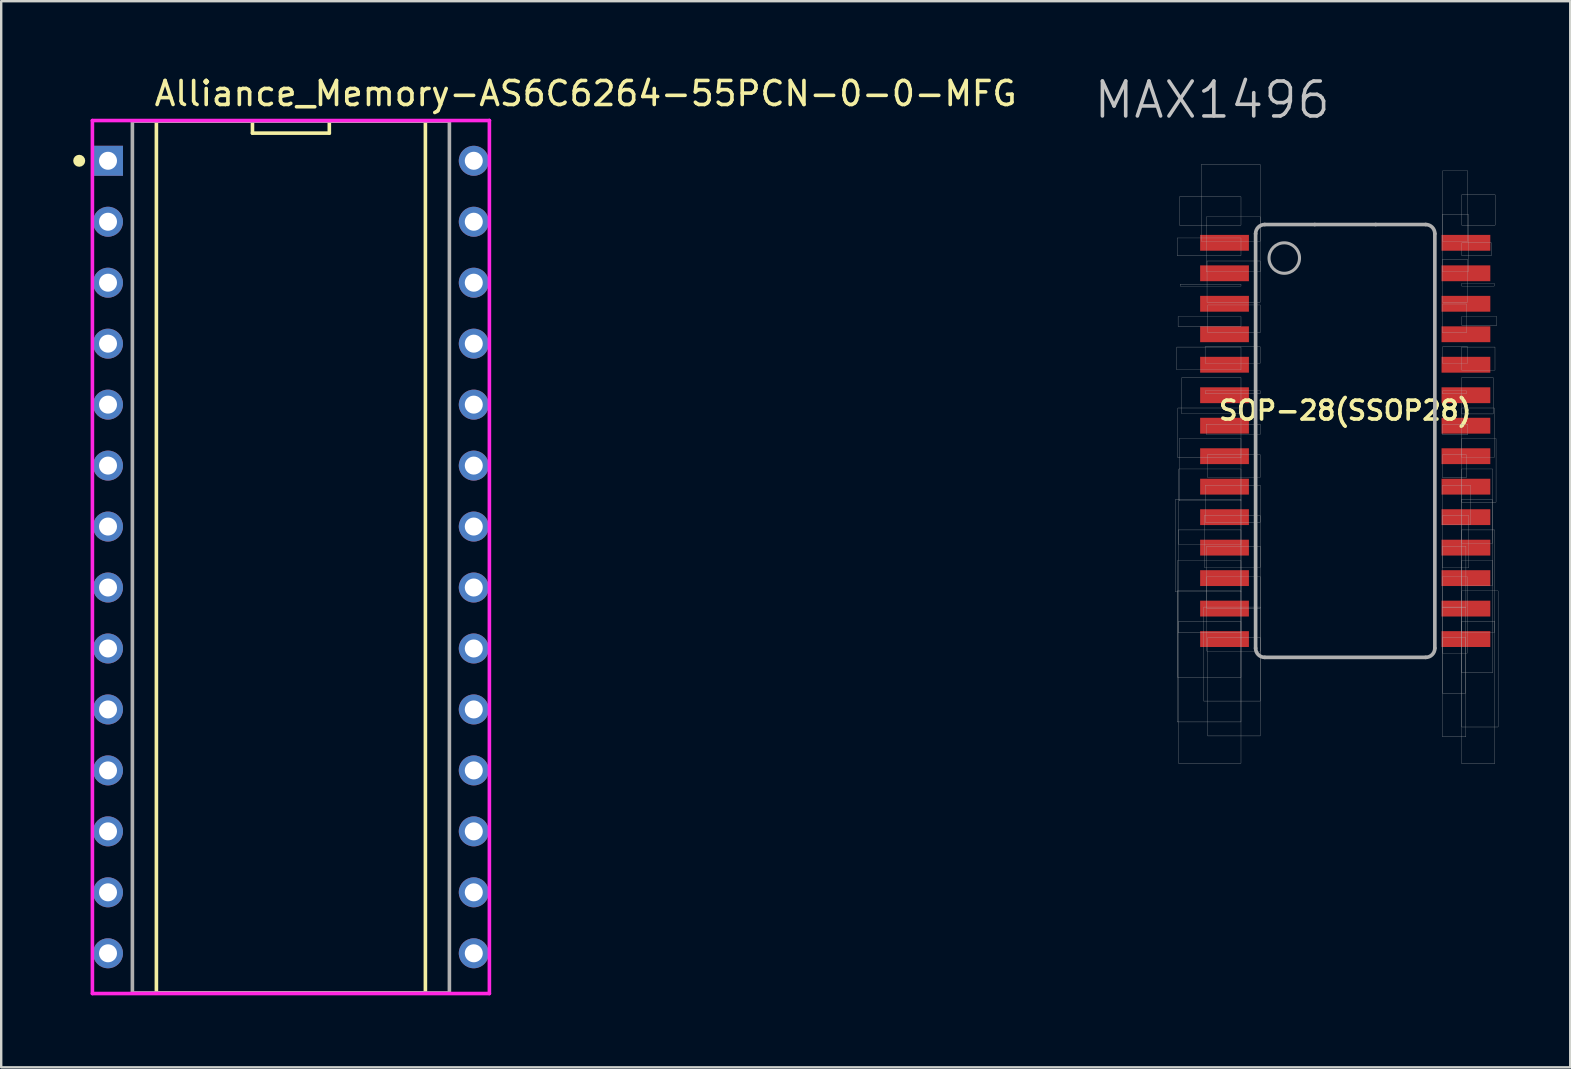
<source format=kicad_pcb>
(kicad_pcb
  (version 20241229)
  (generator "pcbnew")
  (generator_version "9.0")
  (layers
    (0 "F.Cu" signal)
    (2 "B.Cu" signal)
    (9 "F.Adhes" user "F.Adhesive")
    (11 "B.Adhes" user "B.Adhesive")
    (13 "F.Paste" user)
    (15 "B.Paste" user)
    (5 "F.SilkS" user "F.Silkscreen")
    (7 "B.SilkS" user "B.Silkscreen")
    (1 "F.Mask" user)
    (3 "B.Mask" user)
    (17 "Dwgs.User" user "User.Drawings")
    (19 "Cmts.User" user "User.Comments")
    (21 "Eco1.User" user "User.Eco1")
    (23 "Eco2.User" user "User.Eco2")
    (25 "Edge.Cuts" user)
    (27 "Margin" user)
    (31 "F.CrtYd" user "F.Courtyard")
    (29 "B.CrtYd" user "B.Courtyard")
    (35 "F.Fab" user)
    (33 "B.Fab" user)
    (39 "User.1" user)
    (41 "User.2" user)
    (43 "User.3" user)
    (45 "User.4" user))
  (footprint "Alliance_Memory-AS6C6264-55PCN-0-0-MFG"
    (layer "F.Cu")
    (at 9.07 20.159)
    (property "Reference" "Alliance_Memory-AS6C6264-55PCN-0-0-MFG" (at -5.77 -19.311 0) (layer "F.SilkS") (effects (font (size 1 1) (thickness 0.15)) (justify left)))
    (attr through_hole)
    (fp_line (start -5.604 -18.161) (end -5.604 18.161) (stroke (width 0.15) (type solid)) (layer "F.SilkS"))
    (fp_line (start -5.604 18.161) (end 5.604 18.161) (stroke (width 0.15) (type solid)) (layer "F.SilkS"))
    (fp_line (start -1.601 -18.161) (end -5.604 -18.161) (stroke (width 0.15) (type solid)) (layer "F.SilkS"))
    (fp_line (start -1.601 -17.661) (end -1.601 -18.161) (stroke (width 0.15) (type solid)) (layer "F.SilkS"))
    (fp_line (start 1.601 -18.161) (end 1.601 -17.661) (stroke (width 0.15) (type solid)) (layer "F.SilkS"))
    (fp_line (start 1.601 -17.661) (end -1.601 -17.661) (stroke (width 0.15) (type solid)) (layer "F.SilkS"))
    (fp_line (start 5.604 -18.161) (end 1.601 -18.161) (stroke (width 0.15) (type solid)) (layer "F.SilkS"))
    (fp_line (start 5.604 18.161) (end 5.604 -18.161) (stroke (width 0.15) (type solid)) (layer "F.SilkS"))
    (fp_circle (center -8.82 -16.51) (end -8.695 -16.51) (stroke (width 0.25) (type solid)) (fill no) (layer "F.SilkS"))
    (fp_line (start -8.27 -18.186) (end -8.27 18.186) (stroke (width 0.15) (type solid)) (layer "F.CrtYd"))
    (fp_line (start -8.27 18.186) (end 8.27 18.186) (stroke (width 0.15) (type solid)) (layer "F.CrtYd"))
    (fp_line (start 8.27 -18.186) (end -8.27 -18.186) (stroke (width 0.15) (type solid)) (layer "F.CrtYd"))
    (fp_line (start 8.27 -18.186) (end 8.27 -18.186) (stroke (width 0.15) (type solid)) (layer "F.CrtYd"))
    (fp_line (start 8.27 18.186) (end 8.27 -18.186) (stroke (width 0.15) (type solid)) (layer "F.CrtYd"))
    (fp_line (start -6.604 -18.161) (end 6.604 -18.161) (stroke (width 0.15) (type solid)) (layer "F.Fab"))
    (fp_line (start -6.604 18.161) (end -6.604 -18.161) (stroke (width 0.15) (type solid)) (layer "F.Fab"))
    (fp_line (start 6.604 -18.161) (end 6.604 18.161) (stroke (width 0.15) (type solid)) (layer "F.Fab"))
    (fp_line (start 6.604 18.161) (end -6.604 18.161) (stroke (width 0.15) (type solid)) (layer "F.Fab"))
    (pad "1" thru_hole rect (at -7.62 -16.51) (size 1.25 1.25) (drill 0.75) (layers "*.Cu"))
    (pad "2" thru_hole circle (at -7.62 -13.97) (size 1.25 1.25) (drill 0.75) (layers "*.Cu"))
    (pad "3" thru_hole circle (at -7.62 -11.43) (size 1.25 1.25) (drill 0.75) (layers "*.Cu"))
    (pad "4" thru_hole circle (at -7.62 -8.89) (size 1.25 1.25) (drill 0.75) (layers "*.Cu"))
    (pad "5" thru_hole circle (at -7.62 -6.35) (size 1.25 1.25) (drill 0.75) (layers "*.Cu"))
    (pad "6" thru_hole circle (at -7.62 -3.81) (size 1.25 1.25) (drill 0.75) (layers "*.Cu"))
    (pad "7" thru_hole circle (at -7.62 -1.27) (size 1.25 1.25) (drill 0.75) (layers "*.Cu"))
    (pad "8" thru_hole circle (at -7.62 1.27) (size 1.25 1.25) (drill 0.75) (layers "*.Cu"))
    (pad "9" thru_hole circle (at -7.62 3.81) (size 1.25 1.25) (drill 0.75) (layers "*.Cu"))
    (pad "10" thru_hole circle (at -7.62 6.35) (size 1.25 1.25) (drill 0.75) (layers "*.Cu"))
    (pad "11" thru_hole circle (at -7.62 8.89) (size 1.25 1.25) (drill 0.75) (layers "*.Cu"))
    (pad "12" thru_hole circle (at -7.62 11.43) (size 1.25 1.25) (drill 0.75) (layers "*.Cu"))
    (pad "13" thru_hole circle (at -7.62 13.97) (size 1.25 1.25) (drill 0.75) (layers "*.Cu"))
    (pad "14" thru_hole circle (at -7.62 16.51) (size 1.25 1.25) (drill 0.75) (layers "*.Cu"))
    (pad "15" thru_hole circle (at 7.62 16.51) (size 1.25 1.25) (drill 0.75) (layers "*.Cu"))
    (pad "16" thru_hole circle (at 7.62 13.97) (size 1.25 1.25) (drill 0.75) (layers "*.Cu"))
    (pad "17" thru_hole circle (at 7.62 11.43) (size 1.25 1.25) (drill 0.75) (layers "*.Cu"))
    (pad "18" thru_hole circle (at 7.62 8.89) (size 1.25 1.25) (drill 0.75) (layers "*.Cu"))
    (pad "19" thru_hole circle (at 7.62 6.35) (size 1.25 1.25) (drill 0.75) (layers "*.Cu"))
    (pad "20" thru_hole circle (at 7.62 3.81) (size 1.25 1.25) (drill 0.75) (layers "*.Cu"))
    (pad "21" thru_hole circle (at 7.62 1.27) (size 1.25 1.25) (drill 0.75) (layers "*.Cu"))
    (pad "22" thru_hole circle (at 7.62 -1.27) (size 1.25 1.25) (drill 0.75) (layers "*.Cu"))
    (pad "23" thru_hole circle (at 7.62 -3.81) (size 1.25 1.25) (drill 0.75) (layers "*.Cu"))
    (pad "24" thru_hole circle (at 7.62 -6.35) (size 1.25 1.25) (drill 0.75) (layers "*.Cu"))
    (pad "25" thru_hole circle (at 7.62 -8.89) (size 1.25 1.25) (drill 0.75) (layers "*.Cu"))
    (pad "26" thru_hole circle (at 7.62 -11.43) (size 1.25 1.25) (drill 0.75) (layers "*.Cu"))
    (pad "27" thru_hole circle (at 7.62 -13.97) (size 1.25 1.25) (drill 0.75) (layers "*.Cu"))
    (pad "28" thru_hole circle (at 7.62 -16.51) (size 1.25 1.25) (drill 0.75) (layers "*.Cu")))
  (footprint "SOP-28(SSOP28)"
    (layer "F.Cu")
    (at 52.999 14.052)
    (property "Reference" "SOP-28(SSOP28)" (at 0 0 0) (layer "F.SilkS") (effects (font (size 0.787 0.787) (thickness 0.15))))
    (attr through_hole)
    (fp_line (start -3.734 -7.366) (end -3.734 9.906) (stroke (width 0.152) (type solid)) (layer "F.Fab"))
    (fp_line (start -3.353 10.287) (end 3.353 10.287) (stroke (width 0.152) (type solid)) (layer "F.Fab"))
    (fp_line (start -1.27 -7.747) (end -3.353 -7.747) (stroke (width 0.152) (type solid)) (layer "F.Fab"))
    (fp_line (start 1.27 -7.747) (end -1.27 -7.747) (stroke (width 0.152) (type solid)) (layer "F.Fab"))
    (fp_line (start 3.353 -7.747) (end 1.27 -7.747) (stroke (width 0.152) (type solid)) (layer "F.Fab"))
    (fp_line (start 3.734 9.906) (end 3.734 -7.366) (stroke (width 0.152) (type solid)) (layer "F.Fab"))
    (fp_arc (start -3.7338 -7.366) (mid -3.622208 -7.635408) (end -3.3528 -7.747) (stroke (width 0.1524) (type solid)) (layer "F.Fab"))
    (fp_arc (start -3.3528 10.287) (mid -3.622208 10.175408) (end -3.7338 9.906) (stroke (width 0.1524) (type solid)) (layer "F.Fab"))
    (fp_arc (start 3.3528 -7.747) (mid 3.622208 -7.635408) (end 3.7338 -7.366) (stroke (width 0.1524) (type solid)) (layer "F.Fab"))
    (fp_arc (start 3.7338 9.906) (mid 3.622208 10.175408) (end 3.3528 10.287) (stroke (width 0.1524) (type solid)) (layer "F.Fab"))
    (fp_circle (center -2.54 -6.35) (end -1.905 -6.35) (stroke (width 0.127) (type solid)) (fill no) (layer "F.Fab"))
    (fp_poly (pts (xy -7.078 3.708) (xy -4.343 3.708) (xy -4.343 7.56) (xy -7.078 7.56)) (stroke (width 0.01) (type solid)) (fill no) (layer "F.Fab"))
    (fp_poly (pts (xy -7.018 -2.642) (xy -4.343 -2.642) (xy -4.343 -1.69) (xy -7.018 -1.69)) (stroke (width 0.01) (type solid)) (fill no) (layer "F.Fab"))
    (fp_poly (pts (xy -7.004 -6.452) (xy -4.343 -6.452) (xy -4.343 -7.187) (xy -7.004 -7.187)) (stroke (width 0.01) (type solid)) (fill no) (layer "F.Fab"))
    (fp_poly (pts (xy -7.001 7.518) (xy -4.343 7.518) (xy -4.343 12.977) (xy -7.001 12.977)) (stroke (width 0.01) (type solid)) (fill no) (layer "F.Fab"))
    (fp_poly (pts (xy -6.986 6.248) (xy -4.343 6.248) (xy -4.343 11.119) (xy -6.986 11.119)) (stroke (width 0.01) (type solid)) (fill no) (layer "F.Fab"))
    (fp_poly (pts (xy -6.973 -0.102) (xy -4.343 -0.102) (xy -4.343 1.972) (xy -6.973 1.972)) (stroke (width 0.01) (type solid)) (fill no) (layer "F.Fab"))
    (fp_poly (pts (xy -6.964 -3.912) (xy -4.343 -3.912) (xy -4.343 -3.5) (xy -6.964 -3.5)) (stroke (width 0.01) (type solid)) (fill no) (layer "F.Fab"))
    (fp_poly (pts (xy -6.96 4.978) (xy -4.343 4.978) (xy -4.343 9.255) (xy -6.96 9.255)) (stroke (width 0.01) (type solid)) (fill no) (layer "F.Fab"))
    (fp_poly (pts (xy -6.95 8.788) (xy -4.343 8.788) (xy -4.343 14.699) (xy -6.95 14.699)) (stroke (width 0.01) (type solid)) (fill no) (layer "F.Fab"))
    (fp_poly (pts (xy -6.933 2.438) (xy -4.343 2.438) (xy -4.343 5.59) (xy -6.933 5.59)) (stroke (width 0.01) (type solid)) (fill no) (layer "F.Fab"))
    (fp_poly (pts (xy -6.921 1.168) (xy -4.343 1.168) (xy -4.343 3.768) (xy -6.921 3.768)) (stroke (width 0.01) (type solid)) (fill no) (layer "F.Fab"))
    (fp_poly (pts (xy -6.911 -7.722) (xy -4.343 -7.722) (xy -4.343 -8.9) (xy -6.911 -8.9)) (stroke (width 0.01) (type solid)) (fill no) (layer "F.Fab"))
    (fp_poly (pts (xy -6.878 -5.182) (xy -4.343 -5.182) (xy -4.343 -5.258) (xy -6.878 -5.258)) (stroke (width 0.01) (type solid)) (fill no) (layer "F.Fab"))
    (fp_poly (pts (xy -6.807 -1.372) (xy -4.343 -1.372) (xy -4.343 0.143) (xy -6.807 0.143)) (stroke (width 0.01) (type solid)) (fill no) (layer "F.Fab"))
    (fp_poly (pts (xy -6 -7.048) (xy -3.543 -7.048) (xy -3.543 -10.25) (xy -6 -10.25)) (stroke (width 0.01) (type solid)) (fill no) (layer "F.Fab"))
    (fp_poly (pts (xy -5.897 8.191) (xy -3.543 8.191) (xy -3.543 12.108) (xy -5.897 12.108)) (stroke (width 0.01) (type solid)) (fill no) (layer "F.Fab"))
    (fp_poly (pts (xy -5.877 4.381) (xy -3.543 4.381) (xy -3.543 6.54) (xy -5.877 6.54)) (stroke (width 0.01) (type solid)) (fill no) (layer "F.Fab"))
    (fp_poly (pts (xy -5.838 -1.968) (xy -3.543 -1.968) (xy -3.543 -2.653) (xy -5.838 -2.653)) (stroke (width 0.01) (type solid)) (fill no) (layer "F.Fab"))
    (fp_poly (pts (xy -5.83 -0.699) (xy -3.543 -0.699) (xy -3.543 -0.823) (xy -5.83 -0.823)) (stroke (width 0.01) (type solid)) (fill no) (layer "F.Fab"))
    (fp_poly (pts (xy -5.83 3.111) (xy -3.543 3.111) (xy -3.543 4.661) (xy -5.83 4.661)) (stroke (width 0.01) (type solid)) (fill no) (layer "F.Fab"))
    (fp_poly (pts (xy -5.792 0.572) (xy -3.543 0.572) (xy -3.543 0.999) (xy -5.792 0.999)) (stroke (width 0.01) (type solid)) (fill no) (layer "F.Fab"))
    (fp_poly (pts (xy -5.785 -5.779) (xy -3.543 -5.779) (xy -3.543 -8.07) (xy -5.785 -8.07)) (stroke (width 0.01) (type solid)) (fill no) (layer "F.Fab"))
    (fp_poly (pts (xy -5.778 5.652) (xy -3.543 5.652) (xy -3.543 8.241) (xy -5.778 8.241)) (stroke (width 0.01) (type solid)) (fill no) (layer "F.Fab"))
    (fp_poly (pts (xy -5.764 6.921) (xy -3.543 6.921) (xy -3.543 10.029) (xy -5.764 10.029)) (stroke (width 0.01) (type solid)) (fill no) (layer "F.Fab"))
    (fp_poly (pts (xy -5.758 -4.508) (xy -3.543 -4.508) (xy -3.543 -6.228) (xy -5.758 -6.228)) (stroke (width 0.01) (type solid)) (fill no) (layer "F.Fab"))
    (fp_poly (pts (xy -5.742 1.841) (xy -3.543 1.841) (xy -3.543 2.79) (xy -5.742 2.79)) (stroke (width 0.01) (type solid)) (fill no) (layer "F.Fab"))
    (fp_poly (pts (xy -5.73 9.461) (xy -3.543 9.461) (xy -3.543 13.561) (xy -5.73 13.561)) (stroke (width 0.01) (type solid)) (fill no) (layer "F.Fab"))
    (fp_poly (pts (xy -5.724 -3.239) (xy -3.543 -3.239) (xy -3.543 -4.396) (xy -5.724 -4.396)) (stroke (width 0.01) (type solid)) (fill no) (layer "F.Fab"))
    (fp_poly (pts (xy 5.017 8.191) (xy 4.051 8.191) (xy 4.051 11.778) (xy 5.017 11.778)) (stroke (width 0.01) (type solid)) (fill no) (layer "F.Fab"))
    (fp_poly (pts (xy 5.026 9.461) (xy 4.051 9.461) (xy 4.051 13.6) (xy 5.026 13.6)) (stroke (width 0.01) (type solid)) (fill no) (layer "F.Fab"))
    (fp_poly (pts (xy 5.029 5.652) (xy 4.051 5.652) (xy 4.051 8.202) (xy 5.029 8.202)) (stroke (width 0.01) (type solid)) (fill no) (layer "F.Fab"))
    (fp_poly (pts (xy 5.044 1.841) (xy 4.051 1.841) (xy 4.051 2.802) (xy 5.044 2.802)) (stroke (width 0.01) (type solid)) (fill no) (layer "F.Fab"))
    (fp_poly (pts (xy 5.052 -3.239) (xy 4.051 -3.239) (xy 4.051 -4.436) (xy 5.052 -4.436)) (stroke (width 0.01) (type solid)) (fill no) (layer "F.Fab"))
    (fp_poly (pts (xy 5.052 -0.699) (xy 4.051 -0.699) (xy 4.051 -0.815) (xy 5.052 -0.815)) (stroke (width 0.01) (type solid)) (fill no) (layer "F.Fab"))
    (fp_poly (pts (xy 5.083 6.921) (xy 4.051 6.921) (xy 4.051 10.112) (xy 5.083 10.112)) (stroke (width 0.01) (type solid)) (fill no) (layer "F.Fab"))
    (fp_poly (pts (xy 5.094 -4.508) (xy 4.051 -4.508) (xy 4.051 -6.299) (xy 5.094 -6.299)) (stroke (width 0.01) (type solid)) (fill no) (layer "F.Fab"))
    (fp_poly (pts (xy 5.1 -1.968) (xy 4.051 -1.968) (xy 4.051 -2.65) (xy 5.1 -2.65)) (stroke (width 0.01) (type solid)) (fill no) (layer "F.Fab"))
    (fp_poly (pts (xy 5.104 0.572) (xy 4.051 0.572) (xy 4.051 1.006) (xy 5.104 1.006)) (stroke (width 0.01) (type solid)) (fill no) (layer "F.Fab"))
    (fp_poly (pts (xy 5.11 -7.048) (xy 4.051 -7.048) (xy 4.051 -9.981) (xy 5.11 -9.981)) (stroke (width 0.01) (type solid)) (fill no) (layer "F.Fab"))
    (fp_poly (pts (xy 5.127 -5.779) (xy 4.051 -5.779) (xy 4.051 -8.178) (xy 5.127 -8.178)) (stroke (width 0.01) (type solid)) (fill no) (layer "F.Fab"))
    (fp_poly (pts (xy 5.151 4.381) (xy 4.051 4.381) (xy 4.051 6.554) (xy 5.151 6.554)) (stroke (width 0.01) (type solid)) (fill no) (layer "F.Fab"))
    (fp_poly (pts (xy 5.216 3.111) (xy 4.051 3.111) (xy 4.051 4.768) (xy 5.216 4.768)) (stroke (width 0.01) (type solid)) (fill no) (layer "F.Fab"))
    (fp_poly (pts (xy 6.092 -6.452) (xy 4.851 -6.452) (xy 4.851 -6.983) (xy 6.092 -6.983)) (stroke (width 0.01) (type solid)) (fill no) (layer "F.Fab"))
    (fp_poly (pts (xy 6.125 3.708) (xy 4.851 3.708) (xy 4.851 7.307) (xy 6.125 7.307)) (stroke (width 0.01) (type solid)) (fill no) (layer "F.Fab"))
    (fp_poly (pts (xy 6.143 2.438) (xy 4.851 2.438) (xy 4.851 5.532) (xy 6.143 5.532)) (stroke (width 0.01) (type solid)) (fill no) (layer "F.Fab"))
    (fp_poly (pts (xy 6.145 6.248) (xy 4.851 6.248) (xy 4.851 10.924) (xy 6.145 10.924)) (stroke (width 0.01) (type solid)) (fill no) (layer "F.Fab"))
    (fp_poly (pts (xy 6.162 -1.372) (xy 4.851 -1.372) (xy 4.851 0.144) (xy 6.162 0.144)) (stroke (width 0.01) (type solid)) (fill no) (layer "F.Fab"))
    (fp_poly (pts (xy 6.206 -5.182) (xy 4.851 -5.182) (xy 4.851 -5.298) (xy 6.206 -5.298)) (stroke (width 0.01) (type solid)) (fill no) (layer "F.Fab"))
    (fp_poly (pts (xy 6.208 -0.102) (xy 4.851 -0.102) (xy 4.851 1.96) (xy 6.208 1.96)) (stroke (width 0.01) (type solid)) (fill no) (layer "F.Fab"))
    (fp_poly (pts (xy 6.225 4.978) (xy 4.851 4.978) (xy 4.851 9.246) (xy 6.225 9.246)) (stroke (width 0.01) (type solid)) (fill no) (layer "F.Fab"))
    (fp_poly (pts (xy 6.229 8.788) (xy 4.851 8.788) (xy 4.851 14.717) (xy 6.229 14.717)) (stroke (width 0.01) (type solid)) (fill no) (layer "F.Fab"))
    (fp_poly (pts (xy 6.24 -2.642) (xy 4.851 -2.642) (xy 4.851 -1.679) (xy 6.24 -1.679)) (stroke (width 0.01) (type solid)) (fill no) (layer "F.Fab"))
    (fp_poly (pts (xy 6.246 -7.722) (xy 4.851 -7.722) (xy 4.851 -8.986) (xy 6.246 -8.986)) (stroke (width 0.01) (type solid)) (fill no) (layer "F.Fab"))
    (fp_poly (pts (xy 6.284 1.168) (xy 4.851 1.168) (xy 4.851 3.822) (xy 6.284 3.822)) (stroke (width 0.01) (type solid)) (fill no) (layer "F.Fab"))
    (fp_poly (pts (xy 6.318 -3.912) (xy 4.851 -3.912) (xy 4.851 -3.547) (xy 6.318 -3.547)) (stroke (width 0.01) (type solid)) (fill no) (layer "F.Fab"))
    (fp_poly (pts (xy 6.37 7.518) (xy 4.851 7.518) (xy 4.851 13.188) (xy 6.37 13.188)) (stroke (width 0.01) (type solid)) (fill no) (layer "F.Fab"))
    (fp_text user "MAX1496" (at -5.544 -12.937 0) (layer "Dwgs.User") (effects (font (size 1.455 1.455) (thickness 0.15))))
    (pad "AIN+" smd rect (at -5.029 -3.175 270) (size 0.66 2.032) (layers "F.Cu" "F.Mask" "F.Paste"))
    (pad "AIN-" smd rect (at -5.029 -1.905 270) (size 0.66 2.032) (layers "F.Cu" "F.Mask" "F.Paste"))
    (pad "DIG0" smd rect (at 5.029 9.525 270) (size 0.66 2.032) (layers "F.Cu" "F.Mask" "F.Paste"))
    (pad "DIG1" smd rect (at 5.029 8.255 270) (size 0.66 2.032) (layers "F.Cu" "F.Mask" "F.Paste"))
    (pad "DIG2" smd rect (at 5.029 5.715 270) (size 0.66 2.032) (layers "F.Cu" "F.Mask" "F.Paste"))
    (pad "DIG3" smd rect (at 5.029 4.445 270) (size 0.66 2.032) (layers "F.Cu" "F.Mask" "F.Paste"))
    (pad "DPSET1" smd rect (at -5.029 5.715 270) (size 0.66 2.032) (layers "F.Cu" "F.Mask" "F.Paste"))
    (pad "DPSET2" smd rect (at -5.029 6.985 270) (size 0.66 2.032) (layers "F.Cu" "F.Mask" "F.Paste"))
    (pad "GLED" smd rect (at 5.029 6.985 270) (size 0.66 2.032) (layers "F.Cu" "F.Mask" "F.Paste"))
    (pad "GND" smd rect (at -5.029 0.635 270) (size 0.66 2.032) (layers "F.Cu" "F.Mask" "F.Paste"))
    (pad "HOLD" smd rect (at -5.029 9.525 270) (size 0.66 2.032) (layers "F.Cu" "F.Mask" "F.Paste"))
    (pad "INTREF" smd rect (at -5.029 3.175 270) (size 0.66 2.032) (layers "F.Cu" "F.Mask" "F.Paste"))
    (pad "ISET" smd rect (at -5.029 -0.635 270) (size 0.66 2.032) (layers "F.Cu" "F.Mask" "F.Paste"))
    (pad "PEAK" smd rect (at -5.029 8.255 270) (size 0.66 2.032) (layers "F.Cu" "F.Mask" "F.Paste"))
    (pad "RANGE" smd rect (at -5.029 4.445 270) (size 0.66 2.032) (layers "F.Cu" "F.Mask" "F.Paste"))
    (pad "REF+" smd rect (at -5.029 -4.445 270) (size 0.66 2.032) (layers "F.Cu" "F.Mask" "F.Paste"))
    (pad "REF-" smd rect (at -5.029 -5.715 270) (size 0.66 2.032) (layers "F.Cu" "F.Mask" "F.Paste"))
    (pad "SEGA" smd rect (at 5.029 3.175 270) (size 0.66 2.032) (layers "F.Cu" "F.Mask" "F.Paste"))
    (pad "SEGB" smd rect (at 5.029 1.905 270) (size 0.66 2.032) (layers "F.Cu" "F.Mask" "F.Paste"))
    (pad "SEGC" smd rect (at 5.029 0.635 270) (size 0.66 2.032) (layers "F.Cu" "F.Mask" "F.Paste"))
    (pad "SEGD" smd rect (at 5.029 -0.635 270) (size 0.66 2.032) (layers "F.Cu" "F.Mask" "F.Paste"))
    (pad "SEGDP" smd rect (at 5.029 -6.985 270) (size 0.66 2.032) (layers "F.Cu" "F.Mask" "F.Paste"))
    (pad "SEGE" smd rect (at 5.029 -1.905 270) (size 0.66 2.032) (layers "F.Cu" "F.Mask" "F.Paste"))
    (pad "SEGF" smd rect (at 5.029 -4.445 270) (size 0.66 2.032) (layers "F.Cu" "F.Mask" "F.Paste"))
    (pad "SEGG" smd rect (at 5.029 -5.715 270) (size 0.66 2.032) (layers "F.Cu" "F.Mask" "F.Paste"))
    (pad "VDD" smd rect (at -5.029 1.905 270) (size 0.66 2.032) (layers "F.Cu" "F.Mask" "F.Paste"))
    (pad "VLED" smd rect (at 5.029 -3.175 270) (size 0.66 2.032) (layers "F.Cu" "F.Mask" "F.Paste"))
    (pad "VNEG" smd rect (at -5.029 -6.985 270) (size 0.66 2.032) (layers "F.Cu" "F.Mask" "F.Paste")))
  (gr_rect
    (start -3 -3)
    (end 62.374 41.42)
    (stroke (width 0.1) (type default))
    (fill no)
    (layer "Edge.Cuts")))
</source>
